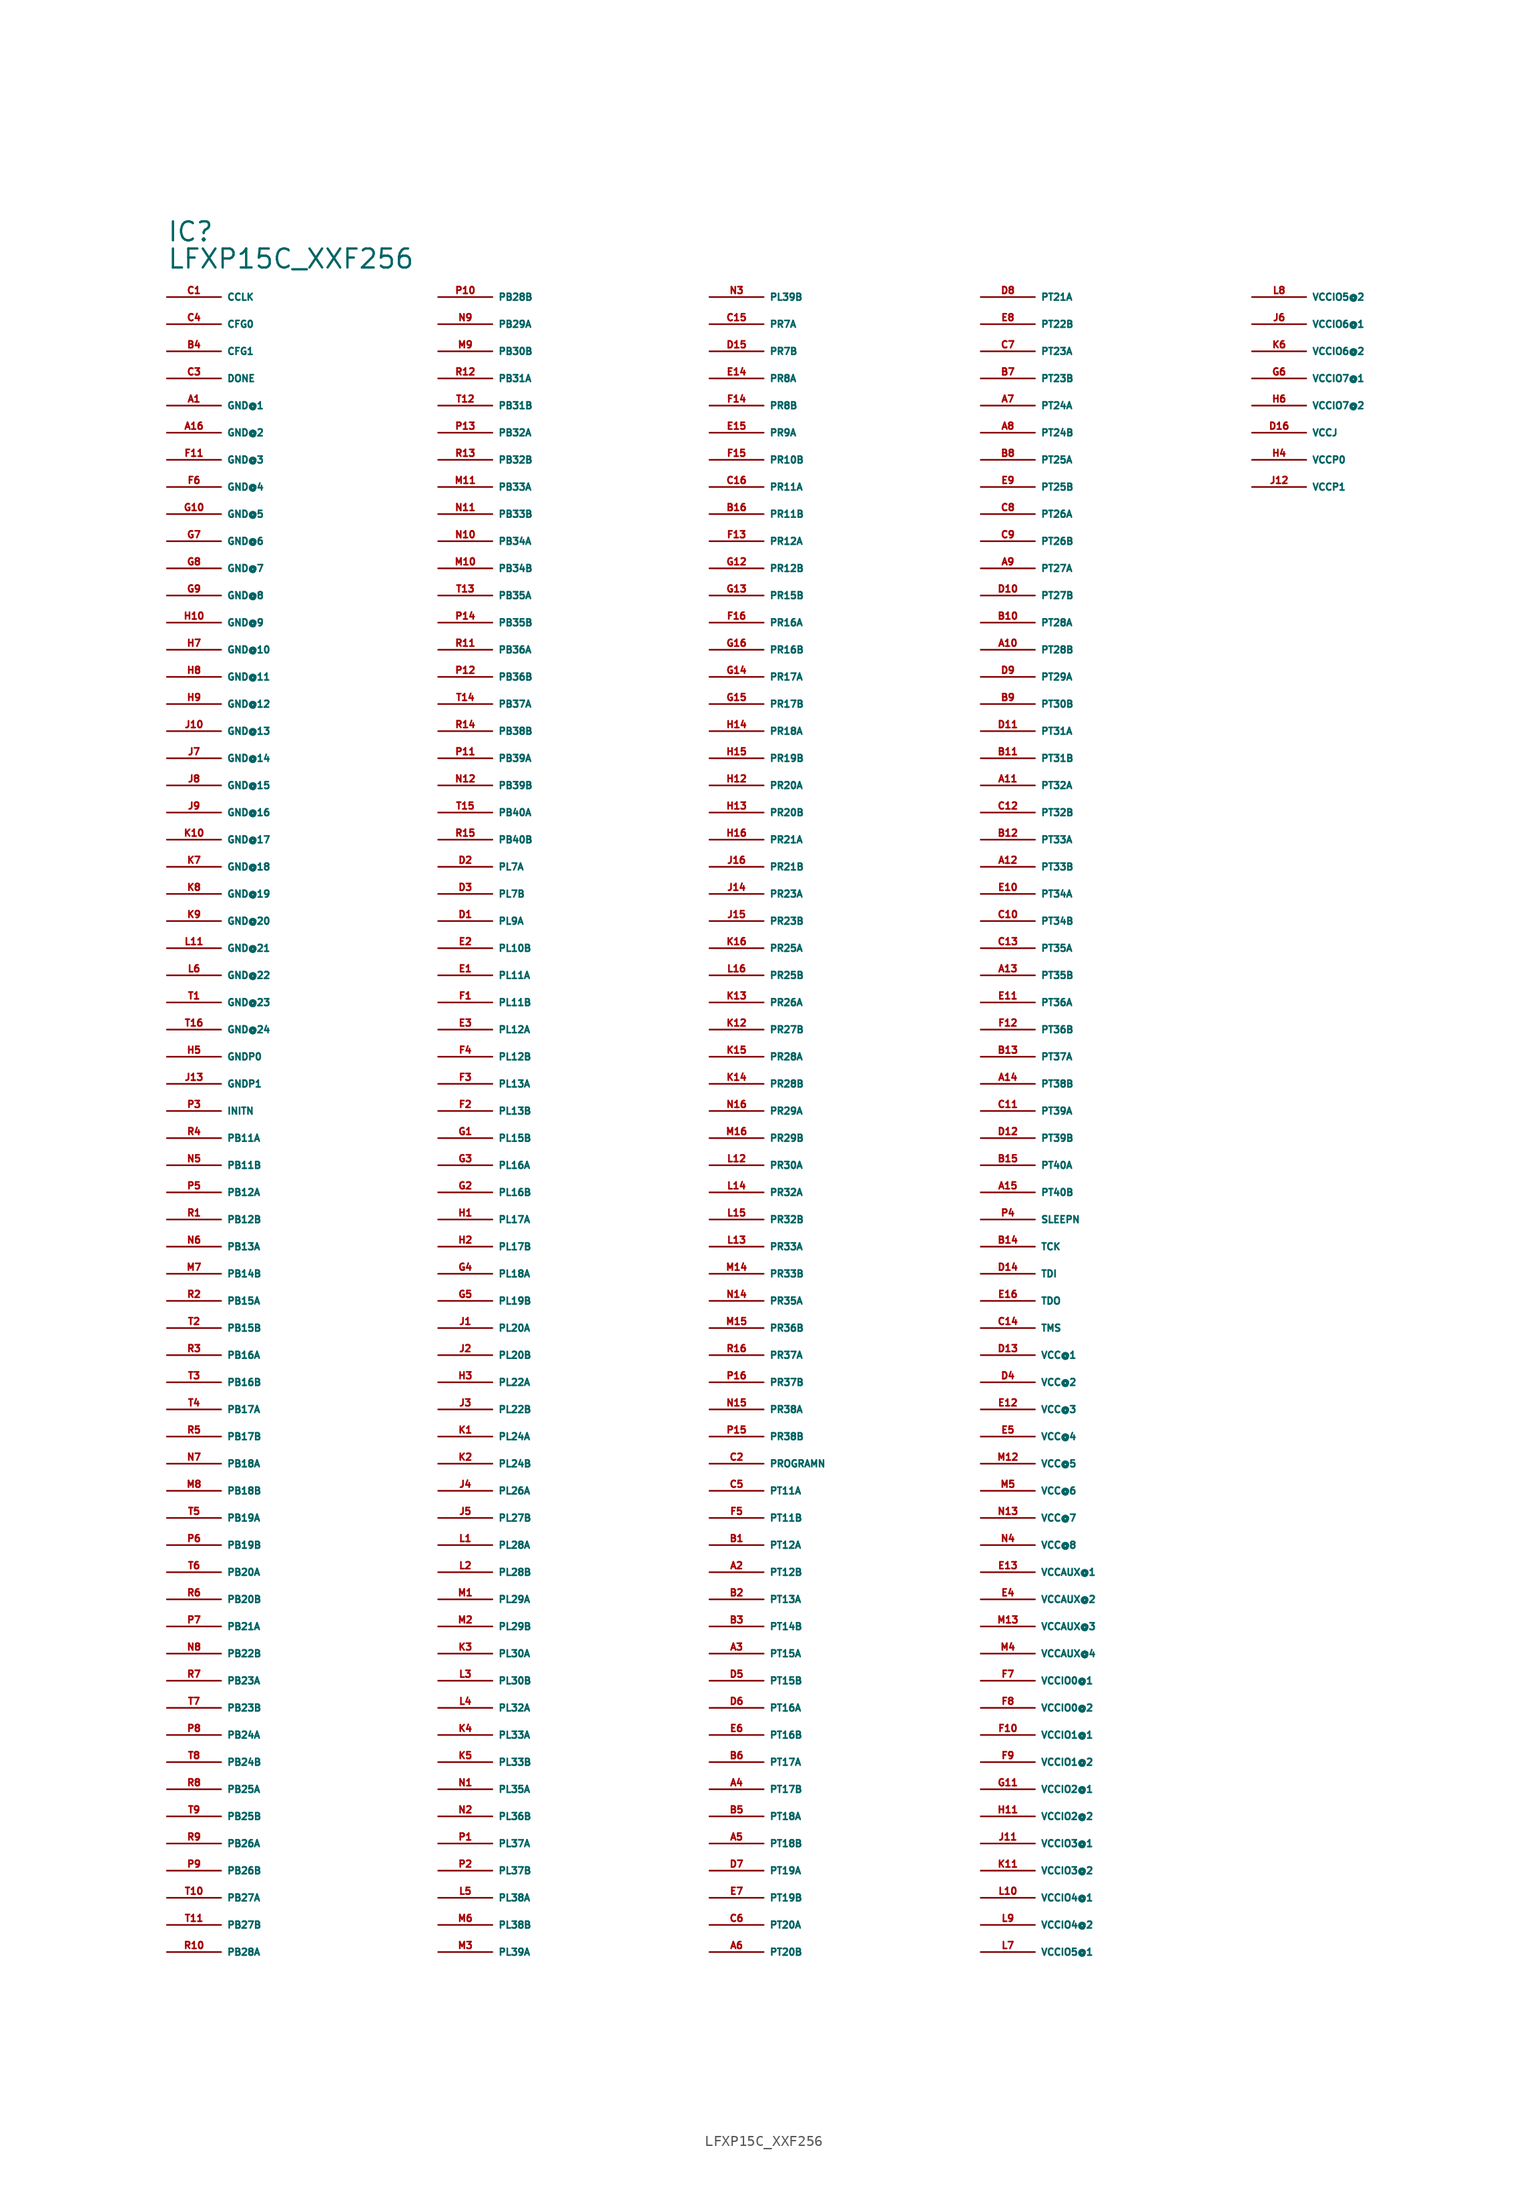
<source format=kicad_sym>
(kicad_symbol_lib
  (version 20220914)
  (generator Eagle2Kicad)
  (symbol "LFXP15C_XXF256"
    (property "Reference" "IC"
      (at -55.88 86.36 0)
      (effects (font (size 1.778 1.778) (thickness 0.22)) (justify left bottom)))
    (property "Value" "LFXP15C_XXF256"
      (at -55.88 83.82 0)
      (effects (font (size 1.778 1.778) (thickness 0.22)) (justify left bottom)))
    (pin bidirectional line
      (at -55.88 81.28 0)
      (length 5.08)
      (name "CCLK" (effects (font (size 0.635 0.635) (thickness 0.08)) (justify left bottom)))
      (number "C1" (effects (font (size 0.635 0.635) (thickness 0.08)) (justify left bottom))))
    (pin input line
      (at -55.88 78.74 0)
      (length 5.08)
      (name "CFG0" (effects (font (size 0.635 0.635) (thickness 0.08)) (justify left bottom)))
      (number "C4" (effects (font (size 0.635 0.635) (thickness 0.08)) (justify left bottom))))
    (pin input line
      (at -55.88 76.2 0)
      (length 5.08)
      (name "CFG1" (effects (font (size 0.635 0.635) (thickness 0.08)) (justify left bottom)))
      (number "B4" (effects (font (size 0.635 0.635) (thickness 0.08)) (justify left bottom))))
    (pin bidirectional line
      (at -55.88 73.66 0)
      (length 5.08)
      (name "DONE" (effects (font (size 0.635 0.635) (thickness 0.08)) (justify left bottom)))
      (number "C3" (effects (font (size 0.635 0.635) (thickness 0.08)) (justify left bottom))))
    (pin unspecified line
      (at -55.88 71.12 0)
      (length 5.08)
      (name "GND@1" (effects (font (size 0.635 0.635) (thickness 0.08)) (justify left bottom)))
      (number "A1" (effects (font (size 0.635 0.635) (thickness 0.08)) (justify left bottom))))
    (pin unspecified line
      (at -55.88 68.58 0)
      (length 5.08)
      (name "GND@2" (effects (font (size 0.635 0.635) (thickness 0.08)) (justify left bottom)))
      (number "A16" (effects (font (size 0.635 0.635) (thickness 0.08)) (justify left bottom))))
    (pin unspecified line
      (at -55.88 66.04 0)
      (length 5.08)
      (name "GND@3" (effects (font (size 0.635 0.635) (thickness 0.08)) (justify left bottom)))
      (number "F11" (effects (font (size 0.635 0.635) (thickness 0.08)) (justify left bottom))))
    (pin unspecified line
      (at -55.88 63.5 0)
      (length 5.08)
      (name "GND@4" (effects (font (size 0.635 0.635) (thickness 0.08)) (justify left bottom)))
      (number "F6" (effects (font (size 0.635 0.635) (thickness 0.08)) (justify left bottom))))
    (pin unspecified line
      (at -55.88 60.96 0)
      (length 5.08)
      (name "GND@5" (effects (font (size 0.635 0.635) (thickness 0.08)) (justify left bottom)))
      (number "G10" (effects (font (size 0.635 0.635) (thickness 0.08)) (justify left bottom))))
    (pin unspecified line
      (at -55.88 58.42 0)
      (length 5.08)
      (name "GND@6" (effects (font (size 0.635 0.635) (thickness 0.08)) (justify left bottom)))
      (number "G7" (effects (font (size 0.635 0.635) (thickness 0.08)) (justify left bottom))))
    (pin unspecified line
      (at -55.88 55.88 0)
      (length 5.08)
      (name "GND@7" (effects (font (size 0.635 0.635) (thickness 0.08)) (justify left bottom)))
      (number "G8" (effects (font (size 0.635 0.635) (thickness 0.08)) (justify left bottom))))
    (pin unspecified line
      (at -55.88 53.34 0)
      (length 5.08)
      (name "GND@8" (effects (font (size 0.635 0.635) (thickness 0.08)) (justify left bottom)))
      (number "G9" (effects (font (size 0.635 0.635) (thickness 0.08)) (justify left bottom))))
    (pin unspecified line
      (at -55.88 50.8 0)
      (length 5.08)
      (name "GND@9" (effects (font (size 0.635 0.635) (thickness 0.08)) (justify left bottom)))
      (number "H10" (effects (font (size 0.635 0.635) (thickness 0.08)) (justify left bottom))))
    (pin unspecified line
      (at -55.88 48.26 0)
      (length 5.08)
      (name "GND@10" (effects (font (size 0.635 0.635) (thickness 0.08)) (justify left bottom)))
      (number "H7" (effects (font (size 0.635 0.635) (thickness 0.08)) (justify left bottom))))
    (pin unspecified line
      (at -55.88 45.72 0)
      (length 5.08)
      (name "GND@11" (effects (font (size 0.635 0.635) (thickness 0.08)) (justify left bottom)))
      (number "H8" (effects (font (size 0.635 0.635) (thickness 0.08)) (justify left bottom))))
    (pin unspecified line
      (at -55.88 43.18 0)
      (length 5.08)
      (name "GND@12" (effects (font (size 0.635 0.635) (thickness 0.08)) (justify left bottom)))
      (number "H9" (effects (font (size 0.635 0.635) (thickness 0.08)) (justify left bottom))))
    (pin unspecified line
      (at -55.88 40.64 0)
      (length 5.08)
      (name "GND@13" (effects (font (size 0.635 0.635) (thickness 0.08)) (justify left bottom)))
      (number "J10" (effects (font (size 0.635 0.635) (thickness 0.08)) (justify left bottom))))
    (pin unspecified line
      (at -55.88 38.1 0)
      (length 5.08)
      (name "GND@14" (effects (font (size 0.635 0.635) (thickness 0.08)) (justify left bottom)))
      (number "J7" (effects (font (size 0.635 0.635) (thickness 0.08)) (justify left bottom))))
    (pin unspecified line
      (at -55.88 35.56 0)
      (length 5.08)
      (name "GND@15" (effects (font (size 0.635 0.635) (thickness 0.08)) (justify left bottom)))
      (number "J8" (effects (font (size 0.635 0.635) (thickness 0.08)) (justify left bottom))))
    (pin unspecified line
      (at -55.88 33.02 0)
      (length 5.08)
      (name "GND@16" (effects (font (size 0.635 0.635) (thickness 0.08)) (justify left bottom)))
      (number "J9" (effects (font (size 0.635 0.635) (thickness 0.08)) (justify left bottom))))
    (pin unspecified line
      (at -55.88 30.48 0)
      (length 5.08)
      (name "GND@17" (effects (font (size 0.635 0.635) (thickness 0.08)) (justify left bottom)))
      (number "K10" (effects (font (size 0.635 0.635) (thickness 0.08)) (justify left bottom))))
    (pin unspecified line
      (at -55.88 27.94 0)
      (length 5.08)
      (name "GND@18" (effects (font (size 0.635 0.635) (thickness 0.08)) (justify left bottom)))
      (number "K7" (effects (font (size 0.635 0.635) (thickness 0.08)) (justify left bottom))))
    (pin unspecified line
      (at -55.88 25.4 0)
      (length 5.08)
      (name "GND@19" (effects (font (size 0.635 0.635) (thickness 0.08)) (justify left bottom)))
      (number "K8" (effects (font (size 0.635 0.635) (thickness 0.08)) (justify left bottom))))
    (pin unspecified line
      (at -55.88 22.86 0)
      (length 5.08)
      (name "GND@20" (effects (font (size 0.635 0.635) (thickness 0.08)) (justify left bottom)))
      (number "K9" (effects (font (size 0.635 0.635) (thickness 0.08)) (justify left bottom))))
    (pin unspecified line
      (at -55.88 20.32 0)
      (length 5.08)
      (name "GND@21" (effects (font (size 0.635 0.635) (thickness 0.08)) (justify left bottom)))
      (number "L11" (effects (font (size 0.635 0.635) (thickness 0.08)) (justify left bottom))))
    (pin unspecified line
      (at -55.88 17.78 0)
      (length 5.08)
      (name "GND@22" (effects (font (size 0.635 0.635) (thickness 0.08)) (justify left bottom)))
      (number "L6" (effects (font (size 0.635 0.635) (thickness 0.08)) (justify left bottom))))
    (pin unspecified line
      (at -55.88 15.24 0)
      (length 5.08)
      (name "GND@23" (effects (font (size 0.635 0.635) (thickness 0.08)) (justify left bottom)))
      (number "T1" (effects (font (size 0.635 0.635) (thickness 0.08)) (justify left bottom))))
    (pin unspecified line
      (at -55.88 12.7 0)
      (length 5.08)
      (name "GND@24" (effects (font (size 0.635 0.635) (thickness 0.08)) (justify left bottom)))
      (number "T16" (effects (font (size 0.635 0.635) (thickness 0.08)) (justify left bottom))))
    (pin unspecified line
      (at -55.88 10.16 0)
      (length 5.08)
      (name "GNDP0" (effects (font (size 0.635 0.635) (thickness 0.08)) (justify left bottom)))
      (number "H5" (effects (font (size 0.635 0.635) (thickness 0.08)) (justify left bottom))))
    (pin unspecified line
      (at -55.88 7.62 0)
      (length 5.08)
      (name "GNDP1" (effects (font (size 0.635 0.635) (thickness 0.08)) (justify left bottom)))
      (number "J13" (effects (font (size 0.635 0.635) (thickness 0.08)) (justify left bottom))))
    (pin bidirectional line
      (at -55.88 5.08 0)
      (length 5.08)
      (name "INITN" (effects (font (size 0.635 0.635) (thickness 0.08)) (justify left bottom)))
      (number "P3" (effects (font (size 0.635 0.635) (thickness 0.08)) (justify left bottom))))
    (pin bidirectional line
      (at -55.88 2.54 0)
      (length 5.08)
      (name "PB11A" (effects (font (size 0.635 0.635) (thickness 0.08)) (justify left bottom)))
      (number "R4" (effects (font (size 0.635 0.635) (thickness 0.08)) (justify left bottom))))
    (pin bidirectional line
      (at -55.88 0 0)
      (length 5.08)
      (name "PB11B" (effects (font (size 0.635 0.635) (thickness 0.08)) (justify left bottom)))
      (number "N5" (effects (font (size 0.635 0.635) (thickness 0.08)) (justify left bottom))))
    (pin bidirectional line
      (at -55.88 -2.54 0)
      (length 5.08)
      (name "PB12A" (effects (font (size 0.635 0.635) (thickness 0.08)) (justify left bottom)))
      (number "P5" (effects (font (size 0.635 0.635) (thickness 0.08)) (justify left bottom))))
    (pin bidirectional line
      (at -55.88 -5.08 0)
      (length 5.08)
      (name "PB12B" (effects (font (size 0.635 0.635) (thickness 0.08)) (justify left bottom)))
      (number "R1" (effects (font (size 0.635 0.635) (thickness 0.08)) (justify left bottom))))
    (pin bidirectional line
      (at -55.88 -7.62 0)
      (length 5.08)
      (name "PB13A" (effects (font (size 0.635 0.635) (thickness 0.08)) (justify left bottom)))
      (number "N6" (effects (font (size 0.635 0.635) (thickness 0.08)) (justify left bottom))))
    (pin bidirectional line
      (at -55.88 -10.16 0)
      (length 5.08)
      (name "PB14B" (effects (font (size 0.635 0.635) (thickness 0.08)) (justify left bottom)))
      (number "M7" (effects (font (size 0.635 0.635) (thickness 0.08)) (justify left bottom))))
    (pin bidirectional line
      (at -55.88 -12.7 0)
      (length 5.08)
      (name "PB15A" (effects (font (size 0.635 0.635) (thickness 0.08)) (justify left bottom)))
      (number "R2" (effects (font (size 0.635 0.635) (thickness 0.08)) (justify left bottom))))
    (pin bidirectional line
      (at -55.88 -15.24 0)
      (length 5.08)
      (name "PB15B" (effects (font (size 0.635 0.635) (thickness 0.08)) (justify left bottom)))
      (number "T2" (effects (font (size 0.635 0.635) (thickness 0.08)) (justify left bottom))))
    (pin bidirectional line
      (at -55.88 -17.78 0)
      (length 5.08)
      (name "PB16A" (effects (font (size 0.635 0.635) (thickness 0.08)) (justify left bottom)))
      (number "R3" (effects (font (size 0.635 0.635) (thickness 0.08)) (justify left bottom))))
    (pin bidirectional line
      (at -55.88 -20.32 0)
      (length 5.08)
      (name "PB16B" (effects (font (size 0.635 0.635) (thickness 0.08)) (justify left bottom)))
      (number "T3" (effects (font (size 0.635 0.635) (thickness 0.08)) (justify left bottom))))
    (pin bidirectional line
      (at -55.88 -22.86 0)
      (length 5.08)
      (name "PB17A" (effects (font (size 0.635 0.635) (thickness 0.08)) (justify left bottom)))
      (number "T4" (effects (font (size 0.635 0.635) (thickness 0.08)) (justify left bottom))))
    (pin bidirectional line
      (at -55.88 -25.4 0)
      (length 5.08)
      (name "PB17B" (effects (font (size 0.635 0.635) (thickness 0.08)) (justify left bottom)))
      (number "R5" (effects (font (size 0.635 0.635) (thickness 0.08)) (justify left bottom))))
    (pin bidirectional line
      (at -55.88 -27.94 0)
      (length 5.08)
      (name "PB18A" (effects (font (size 0.635 0.635) (thickness 0.08)) (justify left bottom)))
      (number "N7" (effects (font (size 0.635 0.635) (thickness 0.08)) (justify left bottom))))
    (pin bidirectional line
      (at -55.88 -30.48 0)
      (length 5.08)
      (name "PB18B" (effects (font (size 0.635 0.635) (thickness 0.08)) (justify left bottom)))
      (number "M8" (effects (font (size 0.635 0.635) (thickness 0.08)) (justify left bottom))))
    (pin bidirectional line
      (at -55.88 -33.02 0)
      (length 5.08)
      (name "PB19A" (effects (font (size 0.635 0.635) (thickness 0.08)) (justify left bottom)))
      (number "T5" (effects (font (size 0.635 0.635) (thickness 0.08)) (justify left bottom))))
    (pin bidirectional line
      (at -55.88 -35.56 0)
      (length 5.08)
      (name "PB19B" (effects (font (size 0.635 0.635) (thickness 0.08)) (justify left bottom)))
      (number "P6" (effects (font (size 0.635 0.635) (thickness 0.08)) (justify left bottom))))
    (pin bidirectional line
      (at -55.88 -38.1 0)
      (length 5.08)
      (name "PB20A" (effects (font (size 0.635 0.635) (thickness 0.08)) (justify left bottom)))
      (number "T6" (effects (font (size 0.635 0.635) (thickness 0.08)) (justify left bottom))))
    (pin bidirectional line
      (at -55.88 -40.64 0)
      (length 5.08)
      (name "PB20B" (effects (font (size 0.635 0.635) (thickness 0.08)) (justify left bottom)))
      (number "R6" (effects (font (size 0.635 0.635) (thickness 0.08)) (justify left bottom))))
    (pin bidirectional line
      (at -55.88 -43.18 0)
      (length 5.08)
      (name "PB21A" (effects (font (size 0.635 0.635) (thickness 0.08)) (justify left bottom)))
      (number "P7" (effects (font (size 0.635 0.635) (thickness 0.08)) (justify left bottom))))
    (pin bidirectional line
      (at -55.88 -45.72 0)
      (length 5.08)
      (name "PB22B" (effects (font (size 0.635 0.635) (thickness 0.08)) (justify left bottom)))
      (number "N8" (effects (font (size 0.635 0.635) (thickness 0.08)) (justify left bottom))))
    (pin bidirectional line
      (at -55.88 -48.26 0)
      (length 5.08)
      (name "PB23A" (effects (font (size 0.635 0.635) (thickness 0.08)) (justify left bottom)))
      (number "R7" (effects (font (size 0.635 0.635) (thickness 0.08)) (justify left bottom))))
    (pin bidirectional line
      (at -55.88 -50.8 0)
      (length 5.08)
      (name "PB23B" (effects (font (size 0.635 0.635) (thickness 0.08)) (justify left bottom)))
      (number "T7" (effects (font (size 0.635 0.635) (thickness 0.08)) (justify left bottom))))
    (pin bidirectional line
      (at -55.88 -53.34 0)
      (length 5.08)
      (name "PB24A" (effects (font (size 0.635 0.635) (thickness 0.08)) (justify left bottom)))
      (number "P8" (effects (font (size 0.635 0.635) (thickness 0.08)) (justify left bottom))))
    (pin bidirectional line
      (at -55.88 -55.88 0)
      (length 5.08)
      (name "PB24B" (effects (font (size 0.635 0.635) (thickness 0.08)) (justify left bottom)))
      (number "T8" (effects (font (size 0.635 0.635) (thickness 0.08)) (justify left bottom))))
    (pin bidirectional line
      (at -55.88 -58.42 0)
      (length 5.08)
      (name "PB25A" (effects (font (size 0.635 0.635) (thickness 0.08)) (justify left bottom)))
      (number "R8" (effects (font (size 0.635 0.635) (thickness 0.08)) (justify left bottom))))
    (pin bidirectional line
      (at -55.88 -60.96 0)
      (length 5.08)
      (name "PB25B" (effects (font (size 0.635 0.635) (thickness 0.08)) (justify left bottom)))
      (number "T9" (effects (font (size 0.635 0.635) (thickness 0.08)) (justify left bottom))))
    (pin bidirectional line
      (at -55.88 -63.5 0)
      (length 5.08)
      (name "PB26A" (effects (font (size 0.635 0.635) (thickness 0.08)) (justify left bottom)))
      (number "R9" (effects (font (size 0.635 0.635) (thickness 0.08)) (justify left bottom))))
    (pin bidirectional line
      (at -55.88 -66.04 0)
      (length 5.08)
      (name "PB26B" (effects (font (size 0.635 0.635) (thickness 0.08)) (justify left bottom)))
      (number "P9" (effects (font (size 0.635 0.635) (thickness 0.08)) (justify left bottom))))
    (pin bidirectional line
      (at -55.88 -68.58 0)
      (length 5.08)
      (name "PB27A" (effects (font (size 0.635 0.635) (thickness 0.08)) (justify left bottom)))
      (number "T10" (effects (font (size 0.635 0.635) (thickness 0.08)) (justify left bottom))))
    (pin bidirectional line
      (at -55.88 -71.12 0)
      (length 5.08)
      (name "PB27B" (effects (font (size 0.635 0.635) (thickness 0.08)) (justify left bottom)))
      (number "T11" (effects (font (size 0.635 0.635) (thickness 0.08)) (justify left bottom))))
    (pin bidirectional line
      (at -55.88 -73.66 0)
      (length 5.08)
      (name "PB28A" (effects (font (size 0.635 0.635) (thickness 0.08)) (justify left bottom)))
      (number "R10" (effects (font (size 0.635 0.635) (thickness 0.08)) (justify left bottom))))
    (pin bidirectional line
      (at -30.48 81.28 0)
      (length 5.08)
      (name "PB28B" (effects (font (size 0.635 0.635) (thickness 0.08)) (justify left bottom)))
      (number "P10" (effects (font (size 0.635 0.635) (thickness 0.08)) (justify left bottom))))
    (pin bidirectional line
      (at -30.48 78.74 0)
      (length 5.08)
      (name "PB29A" (effects (font (size 0.635 0.635) (thickness 0.08)) (justify left bottom)))
      (number "N9" (effects (font (size 0.635 0.635) (thickness 0.08)) (justify left bottom))))
    (pin bidirectional line
      (at -30.48 76.2 0)
      (length 5.08)
      (name "PB30B" (effects (font (size 0.635 0.635) (thickness 0.08)) (justify left bottom)))
      (number "M9" (effects (font (size 0.635 0.635) (thickness 0.08)) (justify left bottom))))
    (pin bidirectional line
      (at -30.48 73.66 0)
      (length 5.08)
      (name "PB31A" (effects (font (size 0.635 0.635) (thickness 0.08)) (justify left bottom)))
      (number "R12" (effects (font (size 0.635 0.635) (thickness 0.08)) (justify left bottom))))
    (pin bidirectional line
      (at -30.48 71.12 0)
      (length 5.08)
      (name "PB31B" (effects (font (size 0.635 0.635) (thickness 0.08)) (justify left bottom)))
      (number "T12" (effects (font (size 0.635 0.635) (thickness 0.08)) (justify left bottom))))
    (pin bidirectional line
      (at -30.48 68.58 0)
      (length 5.08)
      (name "PB32A" (effects (font (size 0.635 0.635) (thickness 0.08)) (justify left bottom)))
      (number "P13" (effects (font (size 0.635 0.635) (thickness 0.08)) (justify left bottom))))
    (pin bidirectional line
      (at -30.48 66.04 0)
      (length 5.08)
      (name "PB32B" (effects (font (size 0.635 0.635) (thickness 0.08)) (justify left bottom)))
      (number "R13" (effects (font (size 0.635 0.635) (thickness 0.08)) (justify left bottom))))
    (pin bidirectional line
      (at -30.48 63.5 0)
      (length 5.08)
      (name "PB33A" (effects (font (size 0.635 0.635) (thickness 0.08)) (justify left bottom)))
      (number "M11" (effects (font (size 0.635 0.635) (thickness 0.08)) (justify left bottom))))
    (pin bidirectional line
      (at -30.48 60.96 0)
      (length 5.08)
      (name "PB33B" (effects (font (size 0.635 0.635) (thickness 0.08)) (justify left bottom)))
      (number "N11" (effects (font (size 0.635 0.635) (thickness 0.08)) (justify left bottom))))
    (pin bidirectional line
      (at -30.48 58.42 0)
      (length 5.08)
      (name "PB34A" (effects (font (size 0.635 0.635) (thickness 0.08)) (justify left bottom)))
      (number "N10" (effects (font (size 0.635 0.635) (thickness 0.08)) (justify left bottom))))
    (pin bidirectional line
      (at -30.48 55.88 0)
      (length 5.08)
      (name "PB34B" (effects (font (size 0.635 0.635) (thickness 0.08)) (justify left bottom)))
      (number "M10" (effects (font (size 0.635 0.635) (thickness 0.08)) (justify left bottom))))
    (pin bidirectional line
      (at -30.48 53.34 0)
      (length 5.08)
      (name "PB35A" (effects (font (size 0.635 0.635) (thickness 0.08)) (justify left bottom)))
      (number "T13" (effects (font (size 0.635 0.635) (thickness 0.08)) (justify left bottom))))
    (pin bidirectional line
      (at -30.48 50.8 0)
      (length 5.08)
      (name "PB35B" (effects (font (size 0.635 0.635) (thickness 0.08)) (justify left bottom)))
      (number "P14" (effects (font (size 0.635 0.635) (thickness 0.08)) (justify left bottom))))
    (pin bidirectional line
      (at -30.48 48.26 0)
      (length 5.08)
      (name "PB36A" (effects (font (size 0.635 0.635) (thickness 0.08)) (justify left bottom)))
      (number "R11" (effects (font (size 0.635 0.635) (thickness 0.08)) (justify left bottom))))
    (pin bidirectional line
      (at -30.48 45.72 0)
      (length 5.08)
      (name "PB36B" (effects (font (size 0.635 0.635) (thickness 0.08)) (justify left bottom)))
      (number "P12" (effects (font (size 0.635 0.635) (thickness 0.08)) (justify left bottom))))
    (pin bidirectional line
      (at -30.48 43.18 0)
      (length 5.08)
      (name "PB37A" (effects (font (size 0.635 0.635) (thickness 0.08)) (justify left bottom)))
      (number "T14" (effects (font (size 0.635 0.635) (thickness 0.08)) (justify left bottom))))
    (pin bidirectional line
      (at -30.48 40.64 0)
      (length 5.08)
      (name "PB38B" (effects (font (size 0.635 0.635) (thickness 0.08)) (justify left bottom)))
      (number "R14" (effects (font (size 0.635 0.635) (thickness 0.08)) (justify left bottom))))
    (pin bidirectional line
      (at -30.48 38.1 0)
      (length 5.08)
      (name "PB39A" (effects (font (size 0.635 0.635) (thickness 0.08)) (justify left bottom)))
      (number "P11" (effects (font (size 0.635 0.635) (thickness 0.08)) (justify left bottom))))
    (pin bidirectional line
      (at -30.48 35.56 0)
      (length 5.08)
      (name "PB39B" (effects (font (size 0.635 0.635) (thickness 0.08)) (justify left bottom)))
      (number "N12" (effects (font (size 0.635 0.635) (thickness 0.08)) (justify left bottom))))
    (pin bidirectional line
      (at -30.48 33.02 0)
      (length 5.08)
      (name "PB40A" (effects (font (size 0.635 0.635) (thickness 0.08)) (justify left bottom)))
      (number "T15" (effects (font (size 0.635 0.635) (thickness 0.08)) (justify left bottom))))
    (pin bidirectional line
      (at -30.48 30.48 0)
      (length 5.08)
      (name "PB40B" (effects (font (size 0.635 0.635) (thickness 0.08)) (justify left bottom)))
      (number "R15" (effects (font (size 0.635 0.635) (thickness 0.08)) (justify left bottom))))
    (pin bidirectional line
      (at -30.48 27.94 0)
      (length 5.08)
      (name "PL7A" (effects (font (size 0.635 0.635) (thickness 0.08)) (justify left bottom)))
      (number "D2" (effects (font (size 0.635 0.635) (thickness 0.08)) (justify left bottom))))
    (pin bidirectional line
      (at -30.48 25.4 0)
      (length 5.08)
      (name "PL7B" (effects (font (size 0.635 0.635) (thickness 0.08)) (justify left bottom)))
      (number "D3" (effects (font (size 0.635 0.635) (thickness 0.08)) (justify left bottom))))
    (pin bidirectional line
      (at -30.48 22.86 0)
      (length 5.08)
      (name "PL9A" (effects (font (size 0.635 0.635) (thickness 0.08)) (justify left bottom)))
      (number "D1" (effects (font (size 0.635 0.635) (thickness 0.08)) (justify left bottom))))
    (pin bidirectional line
      (at -30.48 20.32 0)
      (length 5.08)
      (name "PL10B" (effects (font (size 0.635 0.635) (thickness 0.08)) (justify left bottom)))
      (number "E2" (effects (font (size 0.635 0.635) (thickness 0.08)) (justify left bottom))))
    (pin bidirectional line
      (at -30.48 17.78 0)
      (length 5.08)
      (name "PL11A" (effects (font (size 0.635 0.635) (thickness 0.08)) (justify left bottom)))
      (number "E1" (effects (font (size 0.635 0.635) (thickness 0.08)) (justify left bottom))))
    (pin bidirectional line
      (at -30.48 15.24 0)
      (length 5.08)
      (name "PL11B" (effects (font (size 0.635 0.635) (thickness 0.08)) (justify left bottom)))
      (number "F1" (effects (font (size 0.635 0.635) (thickness 0.08)) (justify left bottom))))
    (pin bidirectional line
      (at -30.48 12.7 0)
      (length 5.08)
      (name "PL12A" (effects (font (size 0.635 0.635) (thickness 0.08)) (justify left bottom)))
      (number "E3" (effects (font (size 0.635 0.635) (thickness 0.08)) (justify left bottom))))
    (pin bidirectional line
      (at -30.48 10.16 0)
      (length 5.08)
      (name "PL12B" (effects (font (size 0.635 0.635) (thickness 0.08)) (justify left bottom)))
      (number "F4" (effects (font (size 0.635 0.635) (thickness 0.08)) (justify left bottom))))
    (pin bidirectional line
      (at -30.48 7.62 0)
      (length 5.08)
      (name "PL13A" (effects (font (size 0.635 0.635) (thickness 0.08)) (justify left bottom)))
      (number "F3" (effects (font (size 0.635 0.635) (thickness 0.08)) (justify left bottom))))
    (pin bidirectional line
      (at -30.48 5.08 0)
      (length 5.08)
      (name "PL13B" (effects (font (size 0.635 0.635) (thickness 0.08)) (justify left bottom)))
      (number "F2" (effects (font (size 0.635 0.635) (thickness 0.08)) (justify left bottom))))
    (pin bidirectional line
      (at -30.48 2.54 0)
      (length 5.08)
      (name "PL15B" (effects (font (size 0.635 0.635) (thickness 0.08)) (justify left bottom)))
      (number "G1" (effects (font (size 0.635 0.635) (thickness 0.08)) (justify left bottom))))
    (pin bidirectional line
      (at -30.48 0 0)
      (length 5.08)
      (name "PL16A" (effects (font (size 0.635 0.635) (thickness 0.08)) (justify left bottom)))
      (number "G3" (effects (font (size 0.635 0.635) (thickness 0.08)) (justify left bottom))))
    (pin bidirectional line
      (at -30.48 -2.54 0)
      (length 5.08)
      (name "PL16B" (effects (font (size 0.635 0.635) (thickness 0.08)) (justify left bottom)))
      (number "G2" (effects (font (size 0.635 0.635) (thickness 0.08)) (justify left bottom))))
    (pin bidirectional line
      (at -30.48 -5.08 0)
      (length 5.08)
      (name "PL17A" (effects (font (size 0.635 0.635) (thickness 0.08)) (justify left bottom)))
      (number "H1" (effects (font (size 0.635 0.635) (thickness 0.08)) (justify left bottom))))
    (pin bidirectional line
      (at -30.48 -7.62 0)
      (length 5.08)
      (name "PL17B" (effects (font (size 0.635 0.635) (thickness 0.08)) (justify left bottom)))
      (number "H2" (effects (font (size 0.635 0.635) (thickness 0.08)) (justify left bottom))))
    (pin bidirectional line
      (at -30.48 -10.16 0)
      (length 5.08)
      (name "PL18A" (effects (font (size 0.635 0.635) (thickness 0.08)) (justify left bottom)))
      (number "G4" (effects (font (size 0.635 0.635) (thickness 0.08)) (justify left bottom))))
    (pin bidirectional line
      (at -30.48 -12.7 0)
      (length 5.08)
      (name "PL19B" (effects (font (size 0.635 0.635) (thickness 0.08)) (justify left bottom)))
      (number "G5" (effects (font (size 0.635 0.635) (thickness 0.08)) (justify left bottom))))
    (pin bidirectional line
      (at -30.48 -15.24 0)
      (length 5.08)
      (name "PL20A" (effects (font (size 0.635 0.635) (thickness 0.08)) (justify left bottom)))
      (number "J1" (effects (font (size 0.635 0.635) (thickness 0.08)) (justify left bottom))))
    (pin bidirectional line
      (at -30.48 -17.78 0)
      (length 5.08)
      (name "PL20B" (effects (font (size 0.635 0.635) (thickness 0.08)) (justify left bottom)))
      (number "J2" (effects (font (size 0.635 0.635) (thickness 0.08)) (justify left bottom))))
    (pin bidirectional line
      (at -30.48 -20.32 0)
      (length 5.08)
      (name "PL22A" (effects (font (size 0.635 0.635) (thickness 0.08)) (justify left bottom)))
      (number "H3" (effects (font (size 0.635 0.635) (thickness 0.08)) (justify left bottom))))
    (pin bidirectional line
      (at -30.48 -22.86 0)
      (length 5.08)
      (name "PL22B" (effects (font (size 0.635 0.635) (thickness 0.08)) (justify left bottom)))
      (number "J3" (effects (font (size 0.635 0.635) (thickness 0.08)) (justify left bottom))))
    (pin bidirectional line
      (at -30.48 -25.4 0)
      (length 5.08)
      (name "PL24A" (effects (font (size 0.635 0.635) (thickness 0.08)) (justify left bottom)))
      (number "K1" (effects (font (size 0.635 0.635) (thickness 0.08)) (justify left bottom))))
    (pin bidirectional line
      (at -30.48 -27.94 0)
      (length 5.08)
      (name "PL24B" (effects (font (size 0.635 0.635) (thickness 0.08)) (justify left bottom)))
      (number "K2" (effects (font (size 0.635 0.635) (thickness 0.08)) (justify left bottom))))
    (pin bidirectional line
      (at -30.48 -30.48 0)
      (length 5.08)
      (name "PL26A" (effects (font (size 0.635 0.635) (thickness 0.08)) (justify left bottom)))
      (number "J4" (effects (font (size 0.635 0.635) (thickness 0.08)) (justify left bottom))))
    (pin bidirectional line
      (at -30.48 -33.02 0)
      (length 5.08)
      (name "PL27B" (effects (font (size 0.635 0.635) (thickness 0.08)) (justify left bottom)))
      (number "J5" (effects (font (size 0.635 0.635) (thickness 0.08)) (justify left bottom))))
    (pin bidirectional line
      (at -30.48 -35.56 0)
      (length 5.08)
      (name "PL28A" (effects (font (size 0.635 0.635) (thickness 0.08)) (justify left bottom)))
      (number "L1" (effects (font (size 0.635 0.635) (thickness 0.08)) (justify left bottom))))
    (pin bidirectional line
      (at -30.48 -38.1 0)
      (length 5.08)
      (name "PL28B" (effects (font (size 0.635 0.635) (thickness 0.08)) (justify left bottom)))
      (number "L2" (effects (font (size 0.635 0.635) (thickness 0.08)) (justify left bottom))))
    (pin bidirectional line
      (at -30.48 -40.64 0)
      (length 5.08)
      (name "PL29A" (effects (font (size 0.635 0.635) (thickness 0.08)) (justify left bottom)))
      (number "M1" (effects (font (size 0.635 0.635) (thickness 0.08)) (justify left bottom))))
    (pin bidirectional line
      (at -30.48 -43.18 0)
      (length 5.08)
      (name "PL29B" (effects (font (size 0.635 0.635) (thickness 0.08)) (justify left bottom)))
      (number "M2" (effects (font (size 0.635 0.635) (thickness 0.08)) (justify left bottom))))
    (pin bidirectional line
      (at -30.48 -45.72 0)
      (length 5.08)
      (name "PL30A" (effects (font (size 0.635 0.635) (thickness 0.08)) (justify left bottom)))
      (number "K3" (effects (font (size 0.635 0.635) (thickness 0.08)) (justify left bottom))))
    (pin bidirectional line
      (at -30.48 -48.26 0)
      (length 5.08)
      (name "PL30B" (effects (font (size 0.635 0.635) (thickness 0.08)) (justify left bottom)))
      (number "L3" (effects (font (size 0.635 0.635) (thickness 0.08)) (justify left bottom))))
    (pin bidirectional line
      (at -30.48 -50.8 0)
      (length 5.08)
      (name "PL32A" (effects (font (size 0.635 0.635) (thickness 0.08)) (justify left bottom)))
      (number "L4" (effects (font (size 0.635 0.635) (thickness 0.08)) (justify left bottom))))
    (pin bidirectional line
      (at -30.48 -53.34 0)
      (length 5.08)
      (name "PL33A" (effects (font (size 0.635 0.635) (thickness 0.08)) (justify left bottom)))
      (number "K4" (effects (font (size 0.635 0.635) (thickness 0.08)) (justify left bottom))))
    (pin bidirectional line
      (at -30.48 -55.88 0)
      (length 5.08)
      (name "PL33B" (effects (font (size 0.635 0.635) (thickness 0.08)) (justify left bottom)))
      (number "K5" (effects (font (size 0.635 0.635) (thickness 0.08)) (justify left bottom))))
    (pin bidirectional line
      (at -30.48 -58.42 0)
      (length 5.08)
      (name "PL35A" (effects (font (size 0.635 0.635) (thickness 0.08)) (justify left bottom)))
      (number "N1" (effects (font (size 0.635 0.635) (thickness 0.08)) (justify left bottom))))
    (pin bidirectional line
      (at -30.48 -60.96 0)
      (length 5.08)
      (name "PL36B" (effects (font (size 0.635 0.635) (thickness 0.08)) (justify left bottom)))
      (number "N2" (effects (font (size 0.635 0.635) (thickness 0.08)) (justify left bottom))))
    (pin bidirectional line
      (at -30.48 -63.5 0)
      (length 5.08)
      (name "PL37A" (effects (font (size 0.635 0.635) (thickness 0.08)) (justify left bottom)))
      (number "P1" (effects (font (size 0.635 0.635) (thickness 0.08)) (justify left bottom))))
    (pin bidirectional line
      (at -30.48 -66.04 0)
      (length 5.08)
      (name "PL37B" (effects (font (size 0.635 0.635) (thickness 0.08)) (justify left bottom)))
      (number "P2" (effects (font (size 0.635 0.635) (thickness 0.08)) (justify left bottom))))
    (pin bidirectional line
      (at -30.48 -68.58 0)
      (length 5.08)
      (name "PL38A" (effects (font (size 0.635 0.635) (thickness 0.08)) (justify left bottom)))
      (number "L5" (effects (font (size 0.635 0.635) (thickness 0.08)) (justify left bottom))))
    (pin bidirectional line
      (at -30.48 -71.12 0)
      (length 5.08)
      (name "PL38B" (effects (font (size 0.635 0.635) (thickness 0.08)) (justify left bottom)))
      (number "M6" (effects (font (size 0.635 0.635) (thickness 0.08)) (justify left bottom))))
    (pin bidirectional line
      (at -30.48 -73.66 0)
      (length 5.08)
      (name "PL39A" (effects (font (size 0.635 0.635) (thickness 0.08)) (justify left bottom)))
      (number "M3" (effects (font (size 0.635 0.635) (thickness 0.08)) (justify left bottom))))
    (pin bidirectional line
      (at -5.08 81.28 0)
      (length 5.08)
      (name "PL39B" (effects (font (size 0.635 0.635) (thickness 0.08)) (justify left bottom)))
      (number "N3" (effects (font (size 0.635 0.635) (thickness 0.08)) (justify left bottom))))
    (pin bidirectional line
      (at -5.08 78.74 0)
      (length 5.08)
      (name "PR7A" (effects (font (size 0.635 0.635) (thickness 0.08)) (justify left bottom)))
      (number "C15" (effects (font (size 0.635 0.635) (thickness 0.08)) (justify left bottom))))
    (pin bidirectional line
      (at -5.08 76.2 0)
      (length 5.08)
      (name "PR7B" (effects (font (size 0.635 0.635) (thickness 0.08)) (justify left bottom)))
      (number "D15" (effects (font (size 0.635 0.635) (thickness 0.08)) (justify left bottom))))
    (pin bidirectional line
      (at -5.08 73.66 0)
      (length 5.08)
      (name "PR8A" (effects (font (size 0.635 0.635) (thickness 0.08)) (justify left bottom)))
      (number "E14" (effects (font (size 0.635 0.635) (thickness 0.08)) (justify left bottom))))
    (pin bidirectional line
      (at -5.08 71.12 0)
      (length 5.08)
      (name "PR8B" (effects (font (size 0.635 0.635) (thickness 0.08)) (justify left bottom)))
      (number "F14" (effects (font (size 0.635 0.635) (thickness 0.08)) (justify left bottom))))
    (pin bidirectional line
      (at -5.08 68.58 0)
      (length 5.08)
      (name "PR9A" (effects (font (size 0.635 0.635) (thickness 0.08)) (justify left bottom)))
      (number "E15" (effects (font (size 0.635 0.635) (thickness 0.08)) (justify left bottom))))
    (pin bidirectional line
      (at -5.08 66.04 0)
      (length 5.08)
      (name "PR10B" (effects (font (size 0.635 0.635) (thickness 0.08)) (justify left bottom)))
      (number "F15" (effects (font (size 0.635 0.635) (thickness 0.08)) (justify left bottom))))
    (pin bidirectional line
      (at -5.08 63.5 0)
      (length 5.08)
      (name "PR11A" (effects (font (size 0.635 0.635) (thickness 0.08)) (justify left bottom)))
      (number "C16" (effects (font (size 0.635 0.635) (thickness 0.08)) (justify left bottom))))
    (pin bidirectional line
      (at -5.08 60.96 0)
      (length 5.08)
      (name "PR11B" (effects (font (size 0.635 0.635) (thickness 0.08)) (justify left bottom)))
      (number "B16" (effects (font (size 0.635 0.635) (thickness 0.08)) (justify left bottom))))
    (pin bidirectional line
      (at -5.08 58.42 0)
      (length 5.08)
      (name "PR12A" (effects (font (size 0.635 0.635) (thickness 0.08)) (justify left bottom)))
      (number "F13" (effects (font (size 0.635 0.635) (thickness 0.08)) (justify left bottom))))
    (pin bidirectional line
      (at -5.08 55.88 0)
      (length 5.08)
      (name "PR12B" (effects (font (size 0.635 0.635) (thickness 0.08)) (justify left bottom)))
      (number "G12" (effects (font (size 0.635 0.635) (thickness 0.08)) (justify left bottom))))
    (pin bidirectional line
      (at -5.08 53.34 0)
      (length 5.08)
      (name "PR15B" (effects (font (size 0.635 0.635) (thickness 0.08)) (justify left bottom)))
      (number "G13" (effects (font (size 0.635 0.635) (thickness 0.08)) (justify left bottom))))
    (pin bidirectional line
      (at -5.08 50.8 0)
      (length 5.08)
      (name "PR16A" (effects (font (size 0.635 0.635) (thickness 0.08)) (justify left bottom)))
      (number "F16" (effects (font (size 0.635 0.635) (thickness 0.08)) (justify left bottom))))
    (pin bidirectional line
      (at -5.08 48.26 0)
      (length 5.08)
      (name "PR16B" (effects (font (size 0.635 0.635) (thickness 0.08)) (justify left bottom)))
      (number "G16" (effects (font (size 0.635 0.635) (thickness 0.08)) (justify left bottom))))
    (pin bidirectional line
      (at -5.08 45.72 0)
      (length 5.08)
      (name "PR17A" (effects (font (size 0.635 0.635) (thickness 0.08)) (justify left bottom)))
      (number "G14" (effects (font (size 0.635 0.635) (thickness 0.08)) (justify left bottom))))
    (pin bidirectional line
      (at -5.08 43.18 0)
      (length 5.08)
      (name "PR17B" (effects (font (size 0.635 0.635) (thickness 0.08)) (justify left bottom)))
      (number "G15" (effects (font (size 0.635 0.635) (thickness 0.08)) (justify left bottom))))
    (pin bidirectional line
      (at -5.08 40.64 0)
      (length 5.08)
      (name "PR18A" (effects (font (size 0.635 0.635) (thickness 0.08)) (justify left bottom)))
      (number "H14" (effects (font (size 0.635 0.635) (thickness 0.08)) (justify left bottom))))
    (pin bidirectional line
      (at -5.08 38.1 0)
      (length 5.08)
      (name "PR19B" (effects (font (size 0.635 0.635) (thickness 0.08)) (justify left bottom)))
      (number "H15" (effects (font (size 0.635 0.635) (thickness 0.08)) (justify left bottom))))
    (pin bidirectional line
      (at -5.08 35.56 0)
      (length 5.08)
      (name "PR20A" (effects (font (size 0.635 0.635) (thickness 0.08)) (justify left bottom)))
      (number "H12" (effects (font (size 0.635 0.635) (thickness 0.08)) (justify left bottom))))
    (pin bidirectional line
      (at -5.08 33.02 0)
      (length 5.08)
      (name "PR20B" (effects (font (size 0.635 0.635) (thickness 0.08)) (justify left bottom)))
      (number "H13" (effects (font (size 0.635 0.635) (thickness 0.08)) (justify left bottom))))
    (pin bidirectional line
      (at -5.08 30.48 0)
      (length 5.08)
      (name "PR21A" (effects (font (size 0.635 0.635) (thickness 0.08)) (justify left bottom)))
      (number "H16" (effects (font (size 0.635 0.635) (thickness 0.08)) (justify left bottom))))
    (pin bidirectional line
      (at -5.08 27.94 0)
      (length 5.08)
      (name "PR21B" (effects (font (size 0.635 0.635) (thickness 0.08)) (justify left bottom)))
      (number "J16" (effects (font (size 0.635 0.635) (thickness 0.08)) (justify left bottom))))
    (pin bidirectional line
      (at -5.08 25.4 0)
      (length 5.08)
      (name "PR23A" (effects (font (size 0.635 0.635) (thickness 0.08)) (justify left bottom)))
      (number "J14" (effects (font (size 0.635 0.635) (thickness 0.08)) (justify left bottom))))
    (pin bidirectional line
      (at -5.08 22.86 0)
      (length 5.08)
      (name "PR23B" (effects (font (size 0.635 0.635) (thickness 0.08)) (justify left bottom)))
      (number "J15" (effects (font (size 0.635 0.635) (thickness 0.08)) (justify left bottom))))
    (pin bidirectional line
      (at -5.08 20.32 0)
      (length 5.08)
      (name "PR25A" (effects (font (size 0.635 0.635) (thickness 0.08)) (justify left bottom)))
      (number "K16" (effects (font (size 0.635 0.635) (thickness 0.08)) (justify left bottom))))
    (pin bidirectional line
      (at -5.08 17.78 0)
      (length 5.08)
      (name "PR25B" (effects (font (size 0.635 0.635) (thickness 0.08)) (justify left bottom)))
      (number "L16" (effects (font (size 0.635 0.635) (thickness 0.08)) (justify left bottom))))
    (pin bidirectional line
      (at -5.08 15.24 0)
      (length 5.08)
      (name "PR26A" (effects (font (size 0.635 0.635) (thickness 0.08)) (justify left bottom)))
      (number "K13" (effects (font (size 0.635 0.635) (thickness 0.08)) (justify left bottom))))
    (pin bidirectional line
      (at -5.08 12.7 0)
      (length 5.08)
      (name "PR27B" (effects (font (size 0.635 0.635) (thickness 0.08)) (justify left bottom)))
      (number "K12" (effects (font (size 0.635 0.635) (thickness 0.08)) (justify left bottom))))
    (pin bidirectional line
      (at -5.08 10.16 0)
      (length 5.08)
      (name "PR28A" (effects (font (size 0.635 0.635) (thickness 0.08)) (justify left bottom)))
      (number "K15" (effects (font (size 0.635 0.635) (thickness 0.08)) (justify left bottom))))
    (pin bidirectional line
      (at -5.08 7.62 0)
      (length 5.08)
      (name "PR28B" (effects (font (size 0.635 0.635) (thickness 0.08)) (justify left bottom)))
      (number "K14" (effects (font (size 0.635 0.635) (thickness 0.08)) (justify left bottom))))
    (pin bidirectional line
      (at -5.08 5.08 0)
      (length 5.08)
      (name "PR29A" (effects (font (size 0.635 0.635) (thickness 0.08)) (justify left bottom)))
      (number "N16" (effects (font (size 0.635 0.635) (thickness 0.08)) (justify left bottom))))
    (pin bidirectional line
      (at -5.08 2.54 0)
      (length 5.08)
      (name "PR29B" (effects (font (size 0.635 0.635) (thickness 0.08)) (justify left bottom)))
      (number "M16" (effects (font (size 0.635 0.635) (thickness 0.08)) (justify left bottom))))
    (pin bidirectional line
      (at -5.08 0 0)
      (length 5.08)
      (name "PR30A" (effects (font (size 0.635 0.635) (thickness 0.08)) (justify left bottom)))
      (number "L12" (effects (font (size 0.635 0.635) (thickness 0.08)) (justify left bottom))))
    (pin bidirectional line
      (at -5.08 -2.54 0)
      (length 5.08)
      (name "PR32A" (effects (font (size 0.635 0.635) (thickness 0.08)) (justify left bottom)))
      (number "L14" (effects (font (size 0.635 0.635) (thickness 0.08)) (justify left bottom))))
    (pin bidirectional line
      (at -5.08 -5.08 0)
      (length 5.08)
      (name "PR32B" (effects (font (size 0.635 0.635) (thickness 0.08)) (justify left bottom)))
      (number "L15" (effects (font (size 0.635 0.635) (thickness 0.08)) (justify left bottom))))
    (pin bidirectional line
      (at -5.08 -7.62 0)
      (length 5.08)
      (name "PR33A" (effects (font (size 0.635 0.635) (thickness 0.08)) (justify left bottom)))
      (number "L13" (effects (font (size 0.635 0.635) (thickness 0.08)) (justify left bottom))))
    (pin bidirectional line
      (at -5.08 -10.16 0)
      (length 5.08)
      (name "PR33B" (effects (font (size 0.635 0.635) (thickness 0.08)) (justify left bottom)))
      (number "M14" (effects (font (size 0.635 0.635) (thickness 0.08)) (justify left bottom))))
    (pin bidirectional line
      (at -5.08 -12.7 0)
      (length 5.08)
      (name "PR35A" (effects (font (size 0.635 0.635) (thickness 0.08)) (justify left bottom)))
      (number "N14" (effects (font (size 0.635 0.635) (thickness 0.08)) (justify left bottom))))
    (pin bidirectional line
      (at -5.08 -15.24 0)
      (length 5.08)
      (name "PR36B" (effects (font (size 0.635 0.635) (thickness 0.08)) (justify left bottom)))
      (number "M15" (effects (font (size 0.635 0.635) (thickness 0.08)) (justify left bottom))))
    (pin bidirectional line
      (at -5.08 -17.78 0)
      (length 5.08)
      (name "PR37A" (effects (font (size 0.635 0.635) (thickness 0.08)) (justify left bottom)))
      (number "R16" (effects (font (size 0.635 0.635) (thickness 0.08)) (justify left bottom))))
    (pin bidirectional line
      (at -5.08 -20.32 0)
      (length 5.08)
      (name "PR37B" (effects (font (size 0.635 0.635) (thickness 0.08)) (justify left bottom)))
      (number "P16" (effects (font (size 0.635 0.635) (thickness 0.08)) (justify left bottom))))
    (pin bidirectional line
      (at -5.08 -22.86 0)
      (length 5.08)
      (name "PR38A" (effects (font (size 0.635 0.635) (thickness 0.08)) (justify left bottom)))
      (number "N15" (effects (font (size 0.635 0.635) (thickness 0.08)) (justify left bottom))))
    (pin bidirectional line
      (at -5.08 -25.4 0)
      (length 5.08)
      (name "PR38B" (effects (font (size 0.635 0.635) (thickness 0.08)) (justify left bottom)))
      (number "P15" (effects (font (size 0.635 0.635) (thickness 0.08)) (justify left bottom))))
    (pin input line
      (at -5.08 -27.94 0)
      (length 5.08)
      (name "PROGRAMN" (effects (font (size 0.635 0.635) (thickness 0.08)) (justify left bottom)))
      (number "C2" (effects (font (size 0.635 0.635) (thickness 0.08)) (justify left bottom))))
    (pin bidirectional line
      (at -5.08 -30.48 0)
      (length 5.08)
      (name "PT11A" (effects (font (size 0.635 0.635) (thickness 0.08)) (justify left bottom)))
      (number "C5" (effects (font (size 0.635 0.635) (thickness 0.08)) (justify left bottom))))
    (pin bidirectional line
      (at -5.08 -33.02 0)
      (length 5.08)
      (name "PT11B" (effects (font (size 0.635 0.635) (thickness 0.08)) (justify left bottom)))
      (number "F5" (effects (font (size 0.635 0.635) (thickness 0.08)) (justify left bottom))))
    (pin bidirectional line
      (at -5.08 -35.56 0)
      (length 5.08)
      (name "PT12A" (effects (font (size 0.635 0.635) (thickness 0.08)) (justify left bottom)))
      (number "B1" (effects (font (size 0.635 0.635) (thickness 0.08)) (justify left bottom))))
    (pin bidirectional line
      (at -5.08 -38.1 0)
      (length 5.08)
      (name "PT12B" (effects (font (size 0.635 0.635) (thickness 0.08)) (justify left bottom)))
      (number "A2" (effects (font (size 0.635 0.635) (thickness 0.08)) (justify left bottom))))
    (pin bidirectional line
      (at -5.08 -40.64 0)
      (length 5.08)
      (name "PT13A" (effects (font (size 0.635 0.635) (thickness 0.08)) (justify left bottom)))
      (number "B2" (effects (font (size 0.635 0.635) (thickness 0.08)) (justify left bottom))))
    (pin bidirectional line
      (at -5.08 -43.18 0)
      (length 5.08)
      (name "PT14B" (effects (font (size 0.635 0.635) (thickness 0.08)) (justify left bottom)))
      (number "B3" (effects (font (size 0.635 0.635) (thickness 0.08)) (justify left bottom))))
    (pin bidirectional line
      (at -5.08 -45.72 0)
      (length 5.08)
      (name "PT15A" (effects (font (size 0.635 0.635) (thickness 0.08)) (justify left bottom)))
      (number "A3" (effects (font (size 0.635 0.635) (thickness 0.08)) (justify left bottom))))
    (pin bidirectional line
      (at -5.08 -48.26 0)
      (length 5.08)
      (name "PT15B" (effects (font (size 0.635 0.635) (thickness 0.08)) (justify left bottom)))
      (number "D5" (effects (font (size 0.635 0.635) (thickness 0.08)) (justify left bottom))))
    (pin bidirectional line
      (at -5.08 -50.8 0)
      (length 5.08)
      (name "PT16A" (effects (font (size 0.635 0.635) (thickness 0.08)) (justify left bottom)))
      (number "D6" (effects (font (size 0.635 0.635) (thickness 0.08)) (justify left bottom))))
    (pin bidirectional line
      (at -5.08 -53.34 0)
      (length 5.08)
      (name "PT16B" (effects (font (size 0.635 0.635) (thickness 0.08)) (justify left bottom)))
      (number "E6" (effects (font (size 0.635 0.635) (thickness 0.08)) (justify left bottom))))
    (pin bidirectional line
      (at -5.08 -55.88 0)
      (length 5.08)
      (name "PT17A" (effects (font (size 0.635 0.635) (thickness 0.08)) (justify left bottom)))
      (number "B6" (effects (font (size 0.635 0.635) (thickness 0.08)) (justify left bottom))))
    (pin bidirectional line
      (at -5.08 -58.42 0)
      (length 5.08)
      (name "PT17B" (effects (font (size 0.635 0.635) (thickness 0.08)) (justify left bottom)))
      (number "A4" (effects (font (size 0.635 0.635) (thickness 0.08)) (justify left bottom))))
    (pin bidirectional line
      (at -5.08 -60.96 0)
      (length 5.08)
      (name "PT18A" (effects (font (size 0.635 0.635) (thickness 0.08)) (justify left bottom)))
      (number "B5" (effects (font (size 0.635 0.635) (thickness 0.08)) (justify left bottom))))
    (pin bidirectional line
      (at -5.08 -63.5 0)
      (length 5.08)
      (name "PT18B" (effects (font (size 0.635 0.635) (thickness 0.08)) (justify left bottom)))
      (number "A5" (effects (font (size 0.635 0.635) (thickness 0.08)) (justify left bottom))))
    (pin bidirectional line
      (at -5.08 -66.04 0)
      (length 5.08)
      (name "PT19A" (effects (font (size 0.635 0.635) (thickness 0.08)) (justify left bottom)))
      (number "D7" (effects (font (size 0.635 0.635) (thickness 0.08)) (justify left bottom))))
    (pin bidirectional line
      (at -5.08 -68.58 0)
      (length 5.08)
      (name "PT19B" (effects (font (size 0.635 0.635) (thickness 0.08)) (justify left bottom)))
      (number "E7" (effects (font (size 0.635 0.635) (thickness 0.08)) (justify left bottom))))
    (pin bidirectional line
      (at -5.08 -71.12 0)
      (length 5.08)
      (name "PT20A" (effects (font (size 0.635 0.635) (thickness 0.08)) (justify left bottom)))
      (number "C6" (effects (font (size 0.635 0.635) (thickness 0.08)) (justify left bottom))))
    (pin bidirectional line
      (at -5.08 -73.66 0)
      (length 5.08)
      (name "PT20B" (effects (font (size 0.635 0.635) (thickness 0.08)) (justify left bottom)))
      (number "A6" (effects (font (size 0.635 0.635) (thickness 0.08)) (justify left bottom))))
    (pin bidirectional line
      (at 20.32 81.28 0)
      (length 5.08)
      (name "PT21A" (effects (font (size 0.635 0.635) (thickness 0.08)) (justify left bottom)))
      (number "D8" (effects (font (size 0.635 0.635) (thickness 0.08)) (justify left bottom))))
    (pin bidirectional line
      (at 20.32 78.74 0)
      (length 5.08)
      (name "PT22B" (effects (font (size 0.635 0.635) (thickness 0.08)) (justify left bottom)))
      (number "E8" (effects (font (size 0.635 0.635) (thickness 0.08)) (justify left bottom))))
    (pin bidirectional line
      (at 20.32 76.2 0)
      (length 5.08)
      (name "PT23A" (effects (font (size 0.635 0.635) (thickness 0.08)) (justify left bottom)))
      (number "C7" (effects (font (size 0.635 0.635) (thickness 0.08)) (justify left bottom))))
    (pin bidirectional line
      (at 20.32 73.66 0)
      (length 5.08)
      (name "PT23B" (effects (font (size 0.635 0.635) (thickness 0.08)) (justify left bottom)))
      (number "B7" (effects (font (size 0.635 0.635) (thickness 0.08)) (justify left bottom))))
    (pin bidirectional line
      (at 20.32 71.12 0)
      (length 5.08)
      (name "PT24A" (effects (font (size 0.635 0.635) (thickness 0.08)) (justify left bottom)))
      (number "A7" (effects (font (size 0.635 0.635) (thickness 0.08)) (justify left bottom))))
    (pin bidirectional line
      (at 20.32 68.58 0)
      (length 5.08)
      (name "PT24B" (effects (font (size 0.635 0.635) (thickness 0.08)) (justify left bottom)))
      (number "A8" (effects (font (size 0.635 0.635) (thickness 0.08)) (justify left bottom))))
    (pin bidirectional line
      (at 20.32 66.04 0)
      (length 5.08)
      (name "PT25A" (effects (font (size 0.635 0.635) (thickness 0.08)) (justify left bottom)))
      (number "B8" (effects (font (size 0.635 0.635) (thickness 0.08)) (justify left bottom))))
    (pin bidirectional line
      (at 20.32 63.5 0)
      (length 5.08)
      (name "PT25B" (effects (font (size 0.635 0.635) (thickness 0.08)) (justify left bottom)))
      (number "E9" (effects (font (size 0.635 0.635) (thickness 0.08)) (justify left bottom))))
    (pin bidirectional line
      (at 20.32 60.96 0)
      (length 5.08)
      (name "PT26A" (effects (font (size 0.635 0.635) (thickness 0.08)) (justify left bottom)))
      (number "C8" (effects (font (size 0.635 0.635) (thickness 0.08)) (justify left bottom))))
    (pin bidirectional line
      (at 20.32 58.42 0)
      (length 5.08)
      (name "PT26B" (effects (font (size 0.635 0.635) (thickness 0.08)) (justify left bottom)))
      (number "C9" (effects (font (size 0.635 0.635) (thickness 0.08)) (justify left bottom))))
    (pin bidirectional line
      (at 20.32 55.88 0)
      (length 5.08)
      (name "PT27A" (effects (font (size 0.635 0.635) (thickness 0.08)) (justify left bottom)))
      (number "A9" (effects (font (size 0.635 0.635) (thickness 0.08)) (justify left bottom))))
    (pin bidirectional line
      (at 20.32 53.34 0)
      (length 5.08)
      (name "PT27B" (effects (font (size 0.635 0.635) (thickness 0.08)) (justify left bottom)))
      (number "D10" (effects (font (size 0.635 0.635) (thickness 0.08)) (justify left bottom))))
    (pin bidirectional line
      (at 20.32 50.8 0)
      (length 5.08)
      (name "PT28A" (effects (font (size 0.635 0.635) (thickness 0.08)) (justify left bottom)))
      (number "B10" (effects (font (size 0.635 0.635) (thickness 0.08)) (justify left bottom))))
    (pin bidirectional line
      (at 20.32 48.26 0)
      (length 5.08)
      (name "PT28B" (effects (font (size 0.635 0.635) (thickness 0.08)) (justify left bottom)))
      (number "A10" (effects (font (size 0.635 0.635) (thickness 0.08)) (justify left bottom))))
    (pin bidirectional line
      (at 20.32 45.72 0)
      (length 5.08)
      (name "PT29A" (effects (font (size 0.635 0.635) (thickness 0.08)) (justify left bottom)))
      (number "D9" (effects (font (size 0.635 0.635) (thickness 0.08)) (justify left bottom))))
    (pin bidirectional line
      (at 20.32 43.18 0)
      (length 5.08)
      (name "PT30B" (effects (font (size 0.635 0.635) (thickness 0.08)) (justify left bottom)))
      (number "B9" (effects (font (size 0.635 0.635) (thickness 0.08)) (justify left bottom))))
    (pin bidirectional line
      (at 20.32 40.64 0)
      (length 5.08)
      (name "PT31A" (effects (font (size 0.635 0.635) (thickness 0.08)) (justify left bottom)))
      (number "D11" (effects (font (size 0.635 0.635) (thickness 0.08)) (justify left bottom))))
    (pin bidirectional line
      (at 20.32 38.1 0)
      (length 5.08)
      (name "PT31B" (effects (font (size 0.635 0.635) (thickness 0.08)) (justify left bottom)))
      (number "B11" (effects (font (size 0.635 0.635) (thickness 0.08)) (justify left bottom))))
    (pin bidirectional line
      (at 20.32 35.56 0)
      (length 5.08)
      (name "PT32A" (effects (font (size 0.635 0.635) (thickness 0.08)) (justify left bottom)))
      (number "A11" (effects (font (size 0.635 0.635) (thickness 0.08)) (justify left bottom))))
    (pin bidirectional line
      (at 20.32 33.02 0)
      (length 5.08)
      (name "PT32B" (effects (font (size 0.635 0.635) (thickness 0.08)) (justify left bottom)))
      (number "C12" (effects (font (size 0.635 0.635) (thickness 0.08)) (justify left bottom))))
    (pin bidirectional line
      (at 20.32 30.48 0)
      (length 5.08)
      (name "PT33A" (effects (font (size 0.635 0.635) (thickness 0.08)) (justify left bottom)))
      (number "B12" (effects (font (size 0.635 0.635) (thickness 0.08)) (justify left bottom))))
    (pin bidirectional line
      (at 20.32 27.94 0)
      (length 5.08)
      (name "PT33B" (effects (font (size 0.635 0.635) (thickness 0.08)) (justify left bottom)))
      (number "A12" (effects (font (size 0.635 0.635) (thickness 0.08)) (justify left bottom))))
    (pin bidirectional line
      (at 20.32 25.4 0)
      (length 5.08)
      (name "PT34A" (effects (font (size 0.635 0.635) (thickness 0.08)) (justify left bottom)))
      (number "E10" (effects (font (size 0.635 0.635) (thickness 0.08)) (justify left bottom))))
    (pin bidirectional line
      (at 20.32 22.86 0)
      (length 5.08)
      (name "PT34B" (effects (font (size 0.635 0.635) (thickness 0.08)) (justify left bottom)))
      (number "C10" (effects (font (size 0.635 0.635) (thickness 0.08)) (justify left bottom))))
    (pin bidirectional line
      (at 20.32 20.32 0)
      (length 5.08)
      (name "PT35A" (effects (font (size 0.635 0.635) (thickness 0.08)) (justify left bottom)))
      (number "C13" (effects (font (size 0.635 0.635) (thickness 0.08)) (justify left bottom))))
    (pin bidirectional line
      (at 20.32 17.78 0)
      (length 5.08)
      (name "PT35B" (effects (font (size 0.635 0.635) (thickness 0.08)) (justify left bottom)))
      (number "A13" (effects (font (size 0.635 0.635) (thickness 0.08)) (justify left bottom))))
    (pin bidirectional line
      (at 20.32 15.24 0)
      (length 5.08)
      (name "PT36A" (effects (font (size 0.635 0.635) (thickness 0.08)) (justify left bottom)))
      (number "E11" (effects (font (size 0.635 0.635) (thickness 0.08)) (justify left bottom))))
    (pin bidirectional line
      (at 20.32 12.7 0)
      (length 5.08)
      (name "PT36B" (effects (font (size 0.635 0.635) (thickness 0.08)) (justify left bottom)))
      (number "F12" (effects (font (size 0.635 0.635) (thickness 0.08)) (justify left bottom))))
    (pin bidirectional line
      (at 20.32 10.16 0)
      (length 5.08)
      (name "PT37A" (effects (font (size 0.635 0.635) (thickness 0.08)) (justify left bottom)))
      (number "B13" (effects (font (size 0.635 0.635) (thickness 0.08)) (justify left bottom))))
    (pin bidirectional line
      (at 20.32 7.62 0)
      (length 5.08)
      (name "PT38B" (effects (font (size 0.635 0.635) (thickness 0.08)) (justify left bottom)))
      (number "A14" (effects (font (size 0.635 0.635) (thickness 0.08)) (justify left bottom))))
    (pin bidirectional line
      (at 20.32 5.08 0)
      (length 5.08)
      (name "PT39A" (effects (font (size 0.635 0.635) (thickness 0.08)) (justify left bottom)))
      (number "C11" (effects (font (size 0.635 0.635) (thickness 0.08)) (justify left bottom))))
    (pin bidirectional line
      (at 20.32 2.54 0)
      (length 5.08)
      (name "PT39B" (effects (font (size 0.635 0.635) (thickness 0.08)) (justify left bottom)))
      (number "D12" (effects (font (size 0.635 0.635) (thickness 0.08)) (justify left bottom))))
    (pin bidirectional line
      (at 20.32 0 0)
      (length 5.08)
      (name "PT40A" (effects (font (size 0.635 0.635) (thickness 0.08)) (justify left bottom)))
      (number "B15" (effects (font (size 0.635 0.635) (thickness 0.08)) (justify left bottom))))
    (pin bidirectional line
      (at 20.32 -2.54 0)
      (length 5.08)
      (name "PT40B" (effects (font (size 0.635 0.635) (thickness 0.08)) (justify left bottom)))
      (number "A15" (effects (font (size 0.635 0.635) (thickness 0.08)) (justify left bottom))))
    (pin input line
      (at 20.32 -5.08 0)
      (length 5.08)
      (name "SLEEPN" (effects (font (size 0.635 0.635) (thickness 0.08)) (justify left bottom)))
      (number "P4" (effects (font (size 0.635 0.635) (thickness 0.08)) (justify left bottom))))
    (pin input line
      (at 20.32 -7.62 0)
      (length 5.08)
      (name "TCK" (effects (font (size 0.635 0.635) (thickness 0.08)) (justify left bottom)))
      (number "B14" (effects (font (size 0.635 0.635) (thickness 0.08)) (justify left bottom))))
    (pin input line
      (at 20.32 -10.16 0)
      (length 5.08)
      (name "TDI" (effects (font (size 0.635 0.635) (thickness 0.08)) (justify left bottom)))
      (number "D14" (effects (font (size 0.635 0.635) (thickness 0.08)) (justify left bottom))))
    (pin output line
      (at 20.32 -12.7 0)
      (length 5.08)
      (name "TDO" (effects (font (size 0.635 0.635) (thickness 0.08)) (justify left bottom)))
      (number "E16" (effects (font (size 0.635 0.635) (thickness 0.08)) (justify left bottom))))
    (pin input line
      (at 20.32 -15.24 0)
      (length 5.08)
      (name "TMS" (effects (font (size 0.635 0.635) (thickness 0.08)) (justify left bottom)))
      (number "C14" (effects (font (size 0.635 0.635) (thickness 0.08)) (justify left bottom))))
    (pin unspecified line
      (at 20.32 -17.78 0)
      (length 5.08)
      (name "VCC@1" (effects (font (size 0.635 0.635) (thickness 0.08)) (justify left bottom)))
      (number "D13" (effects (font (size 0.635 0.635) (thickness 0.08)) (justify left bottom))))
    (pin unspecified line
      (at 20.32 -20.32 0)
      (length 5.08)
      (name "VCC@2" (effects (font (size 0.635 0.635) (thickness 0.08)) (justify left bottom)))
      (number "D4" (effects (font (size 0.635 0.635) (thickness 0.08)) (justify left bottom))))
    (pin unspecified line
      (at 20.32 -22.86 0)
      (length 5.08)
      (name "VCC@3" (effects (font (size 0.635 0.635) (thickness 0.08)) (justify left bottom)))
      (number "E12" (effects (font (size 0.635 0.635) (thickness 0.08)) (justify left bottom))))
    (pin unspecified line
      (at 20.32 -25.4 0)
      (length 5.08)
      (name "VCC@4" (effects (font (size 0.635 0.635) (thickness 0.08)) (justify left bottom)))
      (number "E5" (effects (font (size 0.635 0.635) (thickness 0.08)) (justify left bottom))))
    (pin unspecified line
      (at 20.32 -27.94 0)
      (length 5.08)
      (name "VCC@5" (effects (font (size 0.635 0.635) (thickness 0.08)) (justify left bottom)))
      (number "M12" (effects (font (size 0.635 0.635) (thickness 0.08)) (justify left bottom))))
    (pin unspecified line
      (at 20.32 -30.48 0)
      (length 5.08)
      (name "VCC@6" (effects (font (size 0.635 0.635) (thickness 0.08)) (justify left bottom)))
      (number "M5" (effects (font (size 0.635 0.635) (thickness 0.08)) (justify left bottom))))
    (pin unspecified line
      (at 20.32 -33.02 0)
      (length 5.08)
      (name "VCC@7" (effects (font (size 0.635 0.635) (thickness 0.08)) (justify left bottom)))
      (number "N13" (effects (font (size 0.635 0.635) (thickness 0.08)) (justify left bottom))))
    (pin unspecified line
      (at 20.32 -35.56 0)
      (length 5.08)
      (name "VCC@8" (effects (font (size 0.635 0.635) (thickness 0.08)) (justify left bottom)))
      (number "N4" (effects (font (size 0.635 0.635) (thickness 0.08)) (justify left bottom))))
    (pin unspecified line
      (at 20.32 -38.1 0)
      (length 5.08)
      (name "VCCAUX@1" (effects (font (size 0.635 0.635) (thickness 0.08)) (justify left bottom)))
      (number "E13" (effects (font (size 0.635 0.635) (thickness 0.08)) (justify left bottom))))
    (pin unspecified line
      (at 20.32 -40.64 0)
      (length 5.08)
      (name "VCCAUX@2" (effects (font (size 0.635 0.635) (thickness 0.08)) (justify left bottom)))
      (number "E4" (effects (font (size 0.635 0.635) (thickness 0.08)) (justify left bottom))))
    (pin unspecified line
      (at 20.32 -43.18 0)
      (length 5.08)
      (name "VCCAUX@3" (effects (font (size 0.635 0.635) (thickness 0.08)) (justify left bottom)))
      (number "M13" (effects (font (size 0.635 0.635) (thickness 0.08)) (justify left bottom))))
    (pin unspecified line
      (at 20.32 -45.72 0)
      (length 5.08)
      (name "VCCAUX@4" (effects (font (size 0.635 0.635) (thickness 0.08)) (justify left bottom)))
      (number "M4" (effects (font (size 0.635 0.635) (thickness 0.08)) (justify left bottom))))
    (pin unspecified line
      (at 20.32 -48.26 0)
      (length 5.08)
      (name "VCCIO0@1" (effects (font (size 0.635 0.635) (thickness 0.08)) (justify left bottom)))
      (number "F7" (effects (font (size 0.635 0.635) (thickness 0.08)) (justify left bottom))))
    (pin unspecified line
      (at 20.32 -50.8 0)
      (length 5.08)
      (name "VCCIO0@2" (effects (font (size 0.635 0.635) (thickness 0.08)) (justify left bottom)))
      (number "F8" (effects (font (size 0.635 0.635) (thickness 0.08)) (justify left bottom))))
    (pin unspecified line
      (at 20.32 -53.34 0)
      (length 5.08)
      (name "VCCIO1@1" (effects (font (size 0.635 0.635) (thickness 0.08)) (justify left bottom)))
      (number "F10" (effects (font (size 0.635 0.635) (thickness 0.08)) (justify left bottom))))
    (pin unspecified line
      (at 20.32 -55.88 0)
      (length 5.08)
      (name "VCCIO1@2" (effects (font (size 0.635 0.635) (thickness 0.08)) (justify left bottom)))
      (number "F9" (effects (font (size 0.635 0.635) (thickness 0.08)) (justify left bottom))))
    (pin unspecified line
      (at 20.32 -58.42 0)
      (length 5.08)
      (name "VCCIO2@1" (effects (font (size 0.635 0.635) (thickness 0.08)) (justify left bottom)))
      (number "G11" (effects (font (size 0.635 0.635) (thickness 0.08)) (justify left bottom))))
    (pin unspecified line
      (at 20.32 -60.96 0)
      (length 5.08)
      (name "VCCIO2@2" (effects (font (size 0.635 0.635) (thickness 0.08)) (justify left bottom)))
      (number "H11" (effects (font (size 0.635 0.635) (thickness 0.08)) (justify left bottom))))
    (pin unspecified line
      (at 20.32 -63.5 0)
      (length 5.08)
      (name "VCCIO3@1" (effects (font (size 0.635 0.635) (thickness 0.08)) (justify left bottom)))
      (number "J11" (effects (font (size 0.635 0.635) (thickness 0.08)) (justify left bottom))))
    (pin unspecified line
      (at 20.32 -66.04 0)
      (length 5.08)
      (name "VCCIO3@2" (effects (font (size 0.635 0.635) (thickness 0.08)) (justify left bottom)))
      (number "K11" (effects (font (size 0.635 0.635) (thickness 0.08)) (justify left bottom))))
    (pin unspecified line
      (at 20.32 -68.58 0)
      (length 5.08)
      (name "VCCIO4@1" (effects (font (size 0.635 0.635) (thickness 0.08)) (justify left bottom)))
      (number "L10" (effects (font (size 0.635 0.635) (thickness 0.08)) (justify left bottom))))
    (pin unspecified line
      (at 20.32 -71.12 0)
      (length 5.08)
      (name "VCCIO4@2" (effects (font (size 0.635 0.635) (thickness 0.08)) (justify left bottom)))
      (number "L9" (effects (font (size 0.635 0.635) (thickness 0.08)) (justify left bottom))))
    (pin unspecified line
      (at 20.32 -73.66 0)
      (length 5.08)
      (name "VCCIO5@1" (effects (font (size 0.635 0.635) (thickness 0.08)) (justify left bottom)))
      (number "L7" (effects (font (size 0.635 0.635) (thickness 0.08)) (justify left bottom))))
    (pin unspecified line
      (at 45.72 81.28 0)
      (length 5.08)
      (name "VCCIO5@2" (effects (font (size 0.635 0.635) (thickness 0.08)) (justify left bottom)))
      (number "L8" (effects (font (size 0.635 0.635) (thickness 0.08)) (justify left bottom))))
    (pin unspecified line
      (at 45.72 78.74 0)
      (length 5.08)
      (name "VCCIO6@1" (effects (font (size 0.635 0.635) (thickness 0.08)) (justify left bottom)))
      (number "J6" (effects (font (size 0.635 0.635) (thickness 0.08)) (justify left bottom))))
    (pin unspecified line
      (at 45.72 76.2 0)
      (length 5.08)
      (name "VCCIO6@2" (effects (font (size 0.635 0.635) (thickness 0.08)) (justify left bottom)))
      (number "K6" (effects (font (size 0.635 0.635) (thickness 0.08)) (justify left bottom))))
    (pin unspecified line
      (at 45.72 73.66 0)
      (length 5.08)
      (name "VCCIO7@1" (effects (font (size 0.635 0.635) (thickness 0.08)) (justify left bottom)))
      (number "G6" (effects (font (size 0.635 0.635) (thickness 0.08)) (justify left bottom))))
    (pin unspecified line
      (at 45.72 71.12 0)
      (length 5.08)
      (name "VCCIO7@2" (effects (font (size 0.635 0.635) (thickness 0.08)) (justify left bottom)))
      (number "H6" (effects (font (size 0.635 0.635) (thickness 0.08)) (justify left bottom))))
    (pin unspecified line
      (at 45.72 68.58 0)
      (length 5.08)
      (name "VCCJ" (effects (font (size 0.635 0.635) (thickness 0.08)) (justify left bottom)))
      (number "D16" (effects (font (size 0.635 0.635) (thickness 0.08)) (justify left bottom))))
    (pin unspecified line
      (at 45.72 66.04 0)
      (length 5.08)
      (name "VCCP0" (effects (font (size 0.635 0.635) (thickness 0.08)) (justify left bottom)))
      (number "H4" (effects (font (size 0.635 0.635) (thickness 0.08)) (justify left bottom))))
    (pin unspecified line
      (at 45.72 63.5 0)
      (length 5.08)
      (name "VCCP1" (effects (font (size 0.635 0.635) (thickness 0.08)) (justify left bottom)))
      (number "J12" (effects (font (size 0.635 0.635) (thickness 0.08)) (justify left bottom))))))
</source>
